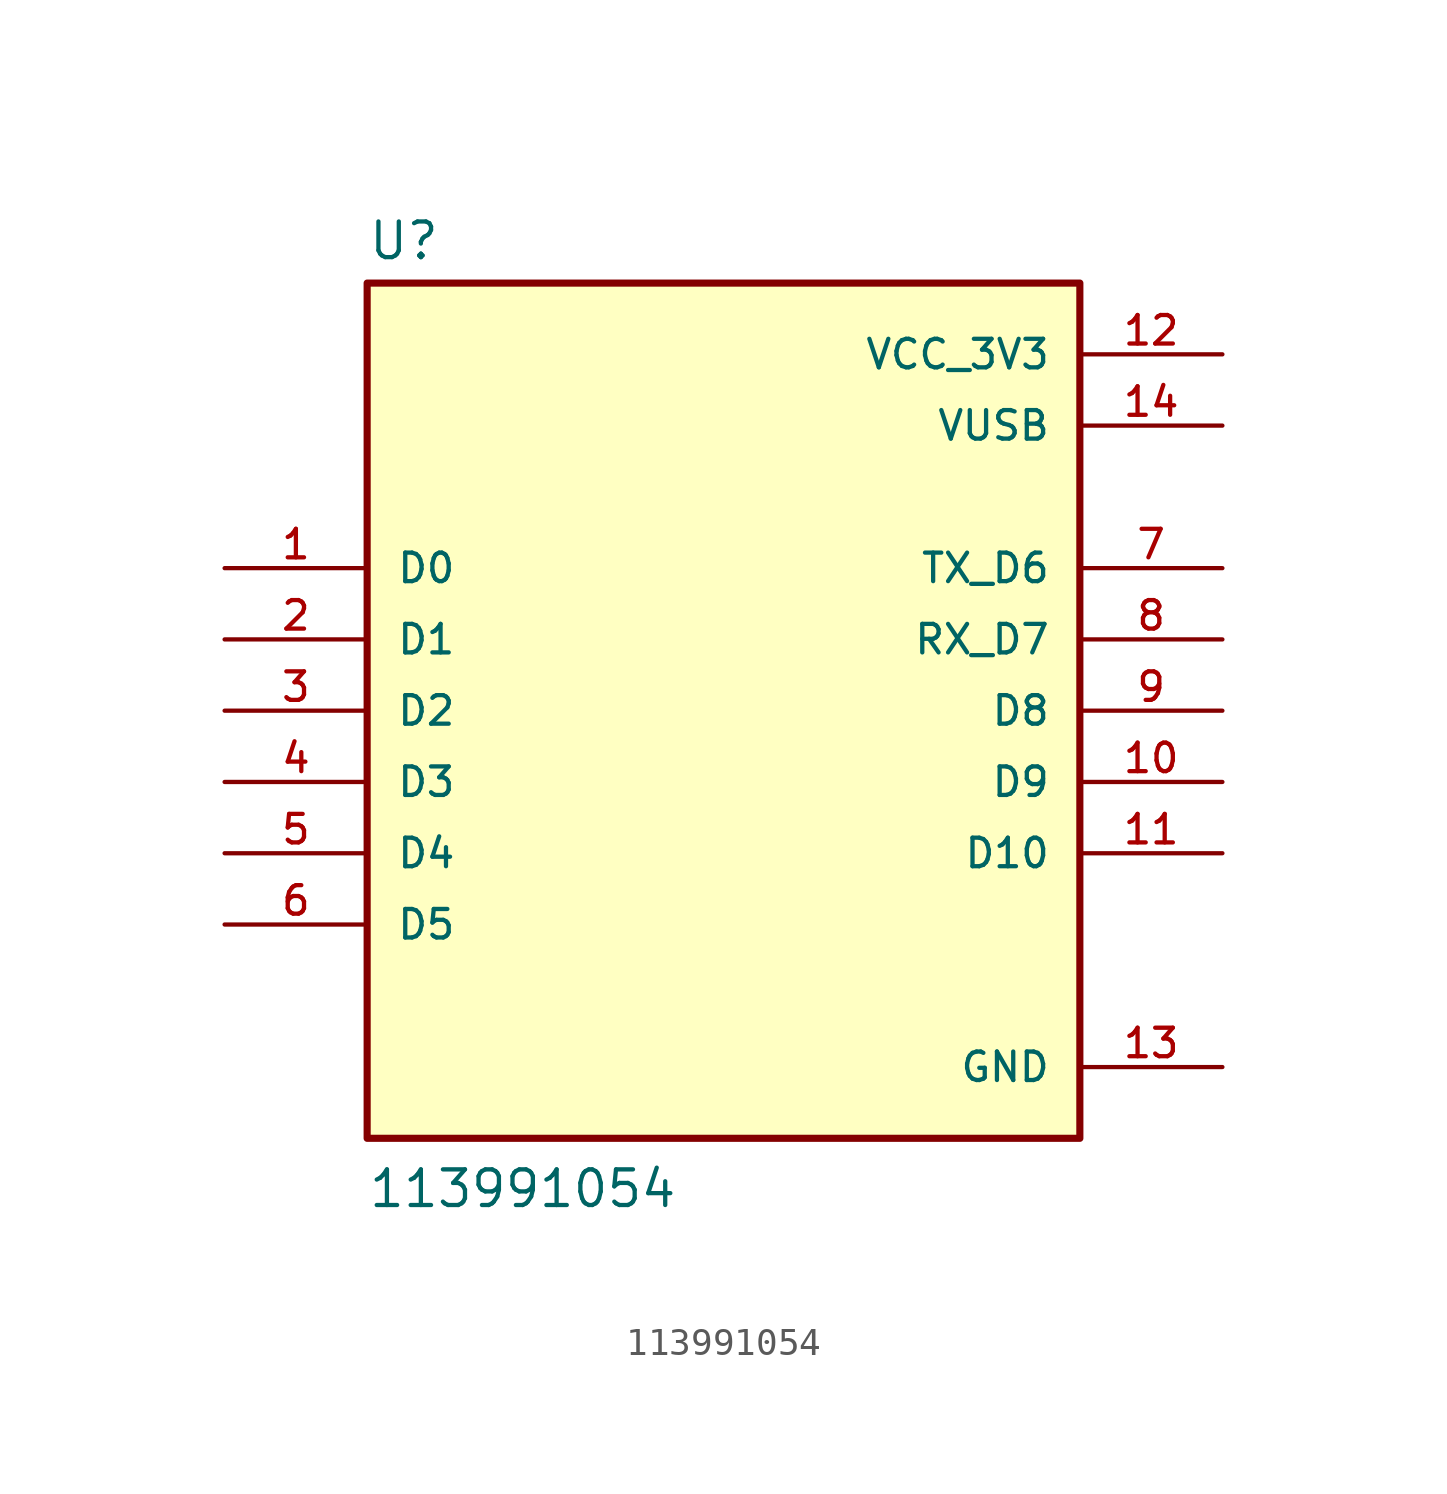
<source format=kicad_sym>
(kicad_symbol_lib
  (version 20211014)
  (generator kicad_symbol_editor)
  (symbol "113991054"
    (pin_names
      (offset 1.016))
    (property "Reference" "U"
      (at -12.7 16.002 0)
      (effects (font (size 1.27 1.27)) (justify bottom left)))
    (property "Value" "113991054"
      (at -12.7 -17.78 0)
      (effects (font (size 1.27 1.27)) (justify bottom left)))
    (symbol "113991054_0_0"
      (rectangle (start -12.7 -15.24) (end 12.7 15.24) (stroke (width 0.254)) (fill (type background)))
      (pin power_in line (at 17.78 10.16 180.0) (length 5.08) (name "VUSB" (effects (font (size 1.016 1.016)))) (number "14" (effects (font (size 1.016 1.016)))))
      (pin power_in line (at 17.78 12.7 180.0) (length 5.08) (name "VCC_3V3" (effects (font (size 1.016 1.016)))) (number "12" (effects (font (size 1.016 1.016)))))
      (pin power_in line (at 17.78 -12.7 180.0) (length 5.08) (name "GND" (effects (font (size 1.016 1.016)))) (number "13" (effects (font (size 1.016 1.016)))))
      (pin bidirectional line (at -17.78 5.08 0) (length 5.08) (name "D0" (effects (font (size 1.016 1.016)))) (number "1" (effects (font (size 1.016 1.016)))))
      (pin bidirectional line (at -17.78 2.54 0) (length 5.08) (name "D1" (effects (font (size 1.016 1.016)))) (number "2" (effects (font (size 1.016 1.016)))))
      (pin bidirectional line (at -17.78 0.0 0) (length 5.08) (name "D2" (effects (font (size 1.016 1.016)))) (number "3" (effects (font (size 1.016 1.016)))))
      (pin bidirectional line (at -17.78 -2.54 0) (length 5.08) (name "D3" (effects (font (size 1.016 1.016)))) (number "4" (effects (font (size 1.016 1.016)))))
      (pin bidirectional line (at -17.78 -5.08 0) (length 5.08) (name "D4" (effects (font (size 1.016 1.016)))) (number "5" (effects (font (size 1.016 1.016)))))
      (pin bidirectional line (at -17.78 -7.62 0) (length 5.08) (name "D5" (effects (font (size 1.016 1.016)))) (number "6" (effects (font (size 1.016 1.016)))))
      (pin bidirectional line (at 17.78 5.08 180.0) (length 5.08) (name "TX_D6" (effects (font (size 1.016 1.016)))) (number "7" (effects (font (size 1.016 1.016)))))
      (pin bidirectional line (at 17.78 2.54 180.0) (length 5.08) (name "RX_D7" (effects (font (size 1.016 1.016)))) (number "8" (effects (font (size 1.016 1.016)))))
      (pin bidirectional line (at 17.78 0.0 180.0) (length 5.08) (name "D8" (effects (font (size 1.016 1.016)))) (number "9" (effects (font (size 1.016 1.016)))))
      (pin bidirectional line (at 17.78 -2.54 180.0) (length 5.08) (name "D9" (effects (font (size 1.016 1.016)))) (number "10" (effects (font (size 1.016 1.016)))))
      (pin bidirectional line (at 17.78 -5.08 180.0) (length 5.08) (name "D10" (effects (font (size 1.016 1.016)))) (number "11" (effects (font (size 1.016 1.016))))))))
</source>
